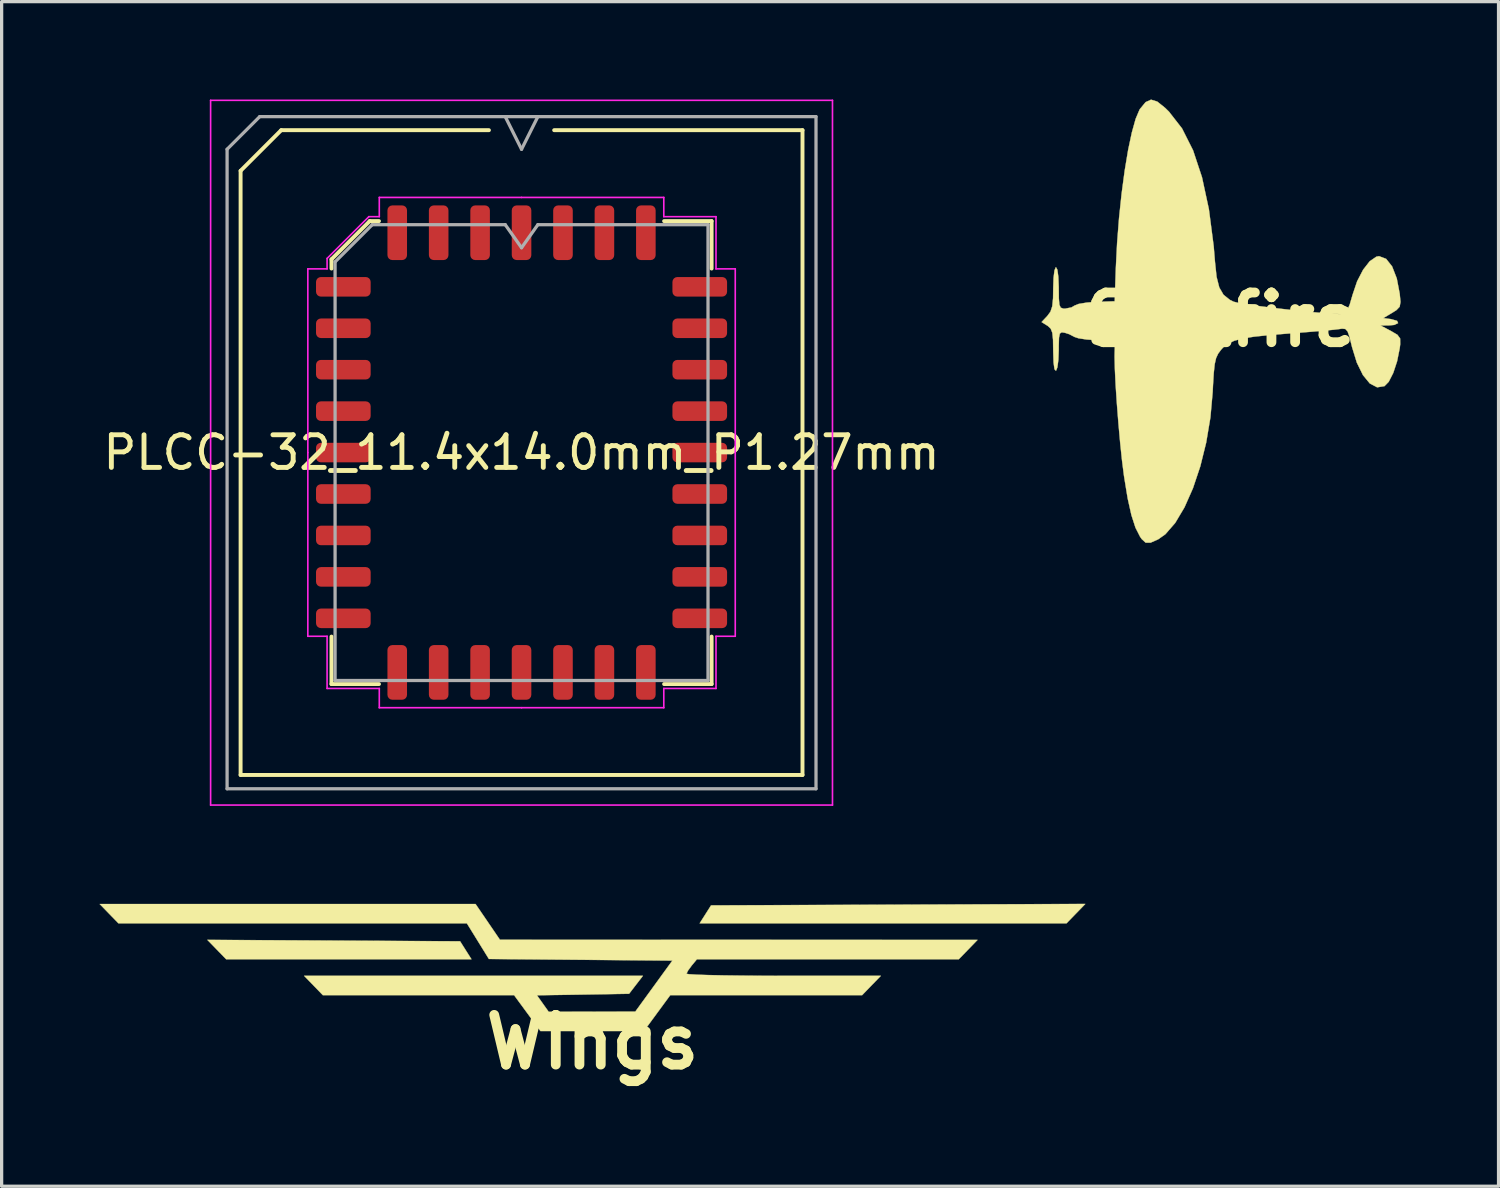
<source format=kicad_pcb>
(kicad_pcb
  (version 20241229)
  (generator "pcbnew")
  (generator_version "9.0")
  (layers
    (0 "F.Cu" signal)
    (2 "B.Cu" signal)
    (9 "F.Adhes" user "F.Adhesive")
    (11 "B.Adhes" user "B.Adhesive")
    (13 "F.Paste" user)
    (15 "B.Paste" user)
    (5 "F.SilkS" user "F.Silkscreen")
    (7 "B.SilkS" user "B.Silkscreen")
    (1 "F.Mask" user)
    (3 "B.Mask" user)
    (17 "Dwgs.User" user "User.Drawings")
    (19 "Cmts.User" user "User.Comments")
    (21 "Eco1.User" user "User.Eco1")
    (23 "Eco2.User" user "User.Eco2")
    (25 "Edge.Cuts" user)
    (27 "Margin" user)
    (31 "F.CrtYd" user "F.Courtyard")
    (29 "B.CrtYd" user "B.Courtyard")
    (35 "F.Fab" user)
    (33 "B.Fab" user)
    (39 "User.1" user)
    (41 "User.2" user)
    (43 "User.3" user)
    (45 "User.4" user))
  (footprint "PLCC-32_11.4x14.0mm_P1.27mm"
    (layer "F.Cu")
    (at 12.935 10.821)
    (property "Reference" "PLCC-32_11.4x14.0mm_P1.27mm" (at 0 0 0) (layer "F.SilkS") (effects (font (size 1 1) (thickness 0.15))))
    (attr smd)
    (fp_line (start -8.611 -8.636) (end -8.611 9.881) (stroke (width 0.12) (type solid)) (layer "F.SilkS"))
    (fp_line (start -8.611 9.881) (end 8.611 9.881) (stroke (width 0.12) (type solid)) (layer "F.SilkS"))
    (fp_line (start -7.366 -9.881) (end -8.611 -8.636) (stroke (width 0.12) (type solid)) (layer "F.SilkS"))
    (fp_line (start -5.825 -5.923) (end -5.825 -5.64) (stroke (width 0.12) (type solid)) (layer "F.SilkS"))
    (fp_line (start -5.825 7.095) (end -5.825 5.64) (stroke (width 0.12) (type solid)) (layer "F.SilkS"))
    (fp_line (start -4.653 -7.095) (end -5.825 -5.923) (stroke (width 0.12) (type solid)) (layer "F.SilkS"))
    (fp_line (start -4.37 -7.095) (end -4.653 -7.095) (stroke (width 0.12) (type solid)) (layer "F.SilkS"))
    (fp_line (start -4.37 7.095) (end -5.825 7.095) (stroke (width 0.12) (type solid)) (layer "F.SilkS"))
    (fp_line (start -1 -9.881) (end -7.366 -9.881) (stroke (width 0.12) (type solid)) (layer "F.SilkS"))
    (fp_line (start 4.37 -7.095) (end 5.825 -7.095) (stroke (width 0.12) (type solid)) (layer "F.SilkS"))
    (fp_line (start 4.37 7.095) (end 5.825 7.095) (stroke (width 0.12) (type solid)) (layer "F.SilkS"))
    (fp_line (start 5.825 -7.095) (end 5.825 -5.64) (stroke (width 0.12) (type solid)) (layer "F.SilkS"))
    (fp_line (start 5.825 7.095) (end 5.825 5.64) (stroke (width 0.12) (type solid)) (layer "F.SilkS"))
    (fp_line (start 8.611 -9.881) (end 1 -9.881) (stroke (width 0.12) (type solid)) (layer "F.SilkS"))
    (fp_line (start 8.611 9.881) (end 8.611 -9.881) (stroke (width 0.12) (type solid)) (layer "F.SilkS"))
    (fp_line (start -9.53 -10.796) (end -9.53 10.804) (stroke (width 0.05) (type solid)) (layer "F.CrtYd"))
    (fp_line (start -9.53 10.804) (end 9.53 10.804) (stroke (width 0.05) (type solid)) (layer "F.CrtYd"))
    (fp_line (start -6.55 -5.63) (end -6.55 0) (stroke (width 0.05) (type solid)) (layer "F.CrtYd"))
    (fp_line (start -6.55 5.63) (end -6.55 0) (stroke (width 0.05) (type solid)) (layer "F.CrtYd"))
    (fp_line (start -5.96 -5.95) (end -5.96 -5.63) (stroke (width 0.05) (type solid)) (layer "F.CrtYd"))
    (fp_line (start -5.96 -5.63) (end -6.55 -5.63) (stroke (width 0.05) (type solid)) (layer "F.CrtYd"))
    (fp_line (start -5.96 5.63) (end -6.55 5.63) (stroke (width 0.05) (type solid)) (layer "F.CrtYd"))
    (fp_line (start -5.96 7.23) (end -5.96 5.63) (stroke (width 0.05) (type solid)) (layer "F.CrtYd"))
    (fp_line (start -4.68 -7.23) (end -5.96 -5.95) (stroke (width 0.05) (type solid)) (layer "F.CrtYd"))
    (fp_line (start -4.36 -7.82) (end -4.36 -7.23) (stroke (width 0.05) (type solid)) (layer "F.CrtYd"))
    (fp_line (start -4.36 -7.23) (end -4.68 -7.23) (stroke (width 0.05) (type solid)) (layer "F.CrtYd"))
    (fp_line (start -4.36 7.23) (end -5.96 7.23) (stroke (width 0.05) (type solid)) (layer "F.CrtYd"))
    (fp_line (start -4.36 7.82) (end -4.36 7.23) (stroke (width 0.05) (type solid)) (layer "F.CrtYd"))
    (fp_line (start 0 -7.82) (end -4.36 -7.82) (stroke (width 0.05) (type solid)) (layer "F.CrtYd"))
    (fp_line (start 0 -7.82) (end 4.36 -7.82) (stroke (width 0.05) (type solid)) (layer "F.CrtYd"))
    (fp_line (start 0 7.82) (end -4.36 7.82) (stroke (width 0.05) (type solid)) (layer "F.CrtYd"))
    (fp_line (start 0 7.82) (end 4.36 7.82) (stroke (width 0.05) (type solid)) (layer "F.CrtYd"))
    (fp_line (start 4.36 -7.82) (end 4.36 -7.23) (stroke (width 0.05) (type solid)) (layer "F.CrtYd"))
    (fp_line (start 4.36 -7.23) (end 5.96 -7.23) (stroke (width 0.05) (type solid)) (layer "F.CrtYd"))
    (fp_line (start 4.36 7.23) (end 5.96 7.23) (stroke (width 0.05) (type solid)) (layer "F.CrtYd"))
    (fp_line (start 4.36 7.82) (end 4.36 7.23) (stroke (width 0.05) (type solid)) (layer "F.CrtYd"))
    (fp_line (start 5.96 -7.23) (end 5.96 -5.63) (stroke (width 0.05) (type solid)) (layer "F.CrtYd"))
    (fp_line (start 5.96 -5.63) (end 6.55 -5.63) (stroke (width 0.05) (type solid)) (layer "F.CrtYd"))
    (fp_line (start 5.96 5.63) (end 6.55 5.63) (stroke (width 0.05) (type solid)) (layer "F.CrtYd"))
    (fp_line (start 5.96 7.23) (end 5.96 5.63) (stroke (width 0.05) (type solid)) (layer "F.CrtYd"))
    (fp_line (start 6.55 -5.63) (end 6.55 0) (stroke (width 0.05) (type solid)) (layer "F.CrtYd"))
    (fp_line (start 6.55 5.63) (end 6.55 0) (stroke (width 0.05) (type solid)) (layer "F.CrtYd"))
    (fp_line (start 9.53 -10.796) (end -9.53 -10.796) (stroke (width 0.05) (type solid)) (layer "F.CrtYd"))
    (fp_line (start 9.53 10.804) (end 9.53 -10.796) (stroke (width 0.05) (type solid)) (layer "F.CrtYd"))
    (fp_line (start -9.025 -9.296) (end -9.025 10.304) (stroke (width 0.1) (type solid)) (layer "F.Fab"))
    (fp_line (start -9.025 10.304) (end 9.025 10.304) (stroke (width 0.1) (type solid)) (layer "F.Fab"))
    (fp_line (start -8.025 -10.296) (end -9.025 -9.296) (stroke (width 0.1) (type solid)) (layer "F.Fab"))
    (fp_line (start -5.715 -5.845) (end -4.575 -6.985) (stroke (width 0.1) (type solid)) (layer "F.Fab"))
    (fp_line (start -5.715 6.985) (end -5.715 -5.845) (stroke (width 0.1) (type solid)) (layer "F.Fab"))
    (fp_line (start -4.575 -6.985) (end -0.5 -6.985) (stroke (width 0.1) (type solid)) (layer "F.Fab"))
    (fp_line (start -0.5 -10.296) (end 0 -9.296) (stroke (width 0.1) (type solid)) (layer "F.Fab"))
    (fp_line (start -0.5 -6.985) (end 0 -6.278) (stroke (width 0.1) (type solid)) (layer "F.Fab"))
    (fp_line (start 0 -9.296) (end 0.5 -10.296) (stroke (width 0.1) (type solid)) (layer "F.Fab"))
    (fp_line (start 0 -6.278) (end 0.5 -6.985) (stroke (width 0.1) (type solid)) (layer "F.Fab"))
    (fp_line (start 0.5 -6.985) (end 5.715 -6.985) (stroke (width 0.1) (type solid)) (layer "F.Fab"))
    (fp_line (start 5.715 -6.985) (end 5.715 6.985) (stroke (width 0.1) (type solid)) (layer "F.Fab"))
    (fp_line (start 5.715 6.985) (end -5.715 6.985) (stroke (width 0.1) (type solid)) (layer "F.Fab"))
    (fp_line (start 9.025 -10.296) (end -8.025 -10.296) (stroke (width 0.1) (type solid)) (layer "F.Fab"))
    (fp_line (start 9.025 10.304) (end 9.025 -10.296) (stroke (width 0.1) (type solid)) (layer "F.Fab"))
    (pad "1" smd roundrect (at 0 -6.838) (size 0.6 1.675) (drill (offset 0 0.1)) (layers "F.Cu" "F.Mask" "F.Paste") (roundrect_rratio 0.25))
    (pad "2" smd roundrect (at -1.27 -6.838) (size 0.6 1.675) (drill (offset 0 0.1)) (layers "F.Cu" "F.Mask" "F.Paste") (roundrect_rratio 0.25))
    (pad "3" smd roundrect (at -2.54 -6.838) (size 0.6 1.675) (drill (offset 0 0.1)) (layers "F.Cu" "F.Mask" "F.Paste") (roundrect_rratio 0.25))
    (pad "4" smd roundrect (at -3.81 -6.838) (size 0.6 1.675) (drill (offset 0 0.1)) (layers "F.Cu" "F.Mask" "F.Paste") (roundrect_rratio 0.25))
    (pad "5" smd roundrect (at -5.562 -5.08) (size 1.675 0.6) (drill (offset 0.1 0)) (layers "F.Cu" "F.Mask" "F.Paste") (roundrect_rratio 0.25))
    (pad "6" smd roundrect (at -5.562 -3.81) (size 1.675 0.6) (drill (offset 0.1 0)) (layers "F.Cu" "F.Mask" "F.Paste") (roundrect_rratio 0.25))
    (pad "7" smd roundrect (at -5.562 -2.54) (size 1.675 0.6) (drill (offset 0.1 0)) (layers "F.Cu" "F.Mask" "F.Paste") (roundrect_rratio 0.25))
    (pad "8" smd roundrect (at -5.562 -1.27) (size 1.675 0.6) (drill (offset 0.1 0)) (layers "F.Cu" "F.Mask" "F.Paste") (roundrect_rratio 0.25))
    (pad "9" smd roundrect (at -5.562 0) (size 1.675 0.6) (drill (offset 0.1 0)) (layers "F.Cu" "F.Mask" "F.Paste") (roundrect_rratio 0.25))
    (pad "10" smd roundrect (at -5.562 1.27) (size 1.675 0.6) (drill (offset 0.1 0)) (layers "F.Cu" "F.Mask" "F.Paste") (roundrect_rratio 0.25))
    (pad "11" smd roundrect (at -5.562 2.54) (size 1.675 0.6) (drill (offset 0.1 0)) (layers "F.Cu" "F.Mask" "F.Paste") (roundrect_rratio 0.25))
    (pad "12" smd roundrect (at -5.562 3.81) (size 1.675 0.6) (drill (offset 0.1 0)) (layers "F.Cu" "F.Mask" "F.Paste") (roundrect_rratio 0.25))
    (pad "13" smd roundrect (at -5.562 5.08) (size 1.675 0.6) (drill (offset 0.1 0)) (layers "F.Cu" "F.Mask" "F.Paste") (roundrect_rratio 0.25))
    (pad "14" smd roundrect (at -3.81 6.838) (size 0.6 1.675) (drill (offset 0 -0.1)) (layers "F.Cu" "F.Mask" "F.Paste") (roundrect_rratio 0.25))
    (pad "15" smd roundrect (at -2.54 6.838) (size 0.6 1.675) (drill (offset 0 -0.1)) (layers "F.Cu" "F.Mask" "F.Paste") (roundrect_rratio 0.25))
    (pad "16" smd roundrect (at -1.27 6.838) (size 0.6 1.675) (drill (offset 0 -0.1)) (layers "F.Cu" "F.Mask" "F.Paste") (roundrect_rratio 0.25))
    (pad "17" smd roundrect (at 0 6.838) (size 0.6 1.675) (drill (offset 0 -0.1)) (layers "F.Cu" "F.Mask" "F.Paste") (roundrect_rratio 0.25))
    (pad "18" smd roundrect (at 1.27 6.838) (size 0.6 1.675) (drill (offset 0 -0.1)) (layers "F.Cu" "F.Mask" "F.Paste") (roundrect_rratio 0.25))
    (pad "19" smd roundrect (at 2.54 6.838) (size 0.6 1.675) (drill (offset 0 -0.1)) (layers "F.Cu" "F.Mask" "F.Paste") (roundrect_rratio 0.25))
    (pad "20" smd roundrect (at 3.81 6.838) (size 0.6 1.675) (drill (offset 0 -0.1)) (layers "F.Cu" "F.Mask" "F.Paste") (roundrect_rratio 0.25))
    (pad "21" smd roundrect (at 5.562 5.08) (size 1.675 0.6) (drill (offset -0.1 0)) (layers "F.Cu" "F.Mask" "F.Paste") (roundrect_rratio 0.25))
    (pad "22" smd roundrect (at 5.562 3.81) (size 1.675 0.6) (drill (offset -0.1 0)) (layers "F.Cu" "F.Mask" "F.Paste") (roundrect_rratio 0.25))
    (pad "23" smd roundrect (at 5.562 2.54) (size 1.675 0.6) (drill (offset -0.1 0)) (layers "F.Cu" "F.Mask" "F.Paste") (roundrect_rratio 0.25))
    (pad "24" smd roundrect (at 5.562 1.27) (size 1.675 0.6) (drill (offset -0.1 0)) (layers "F.Cu" "F.Mask" "F.Paste") (roundrect_rratio 0.25))
    (pad "25" smd roundrect (at 5.562 0) (size 1.675 0.6) (drill (offset -0.1 0)) (layers "F.Cu" "F.Mask" "F.Paste") (roundrect_rratio 0.25))
    (pad "26" smd roundrect (at 5.562 -1.27) (size 1.675 0.6) (drill (offset -0.1 0)) (layers "F.Cu" "F.Mask" "F.Paste") (roundrect_rratio 0.25))
    (pad "27" smd roundrect (at 5.562 -2.54) (size 1.675 0.6) (drill (offset -0.1 0)) (layers "F.Cu" "F.Mask" "F.Paste") (roundrect_rratio 0.25))
    (pad "28" smd roundrect (at 5.562 -3.81) (size 1.675 0.6) (drill (offset -0.1 0)) (layers "F.Cu" "F.Mask" "F.Paste") (roundrect_rratio 0.25))
    (pad "29" smd roundrect (at 5.562 -5.08) (size 1.675 0.6) (drill (offset -0.1 0)) (layers "F.Cu" "F.Mask" "F.Paste") (roundrect_rratio 0.25))
    (pad "30" smd roundrect (at 3.81 -6.838) (size 0.6 1.675) (drill (offset 0 0.1)) (layers "F.Cu" "F.Mask" "F.Paste") (roundrect_rratio 0.25))
    (pad "31" smd roundrect (at 2.54 -6.838) (size 0.6 1.675) (drill (offset 0 0.1)) (layers "F.Cu" "F.Mask" "F.Paste") (roundrect_rratio 0.25))
    (pad "32" smd roundrect (at 1.27 -6.838) (size 0.6 1.675) (drill (offset 0 0.1)) (layers "F.Cu" "F.Mask" "F.Paste") (roundrect_rratio 0.25)))
  (footprint "Wings"
    (layer "F.Cu")
    (at 15.109 28.89)
    (property "Reference" "Wings" (at 0 0 0) (layer "F.SilkS") (effects (font (size 1.524 1.524) (thickness 0.3))))
    (attr through_hole)
    (fp_poly (pts (xy -7.93 -3.112) (xy -4.057 -3.09) (xy -3.883 -2.815) (xy -3.709 -2.54) (xy -11.227 -2.54) (xy -11.516 -2.837) (xy -11.804 -3.134) (xy -7.93 -3.112)) (stroke (width 0.01) (type solid)) (fill yes) (layer "F.SilkS"))
    (fp_poly (pts (xy 14.817 -3.938) (xy 14.529 -3.641) (xy 3.285 -3.641) (xy 3.46 -3.916) (xy 3.634 -4.191) (xy 9.369 -4.213) (xy 15.105 -4.235) (xy 14.817 -3.938)) (stroke (width 0.01) (type solid)) (fill yes) (layer "F.SilkS"))
    (fp_poly (pts (xy -2.836 -3.137) (xy 4.483 -3.135) (xy 11.802 -3.133) (xy 11.515 -2.836) (xy 11.227 -2.54) (xy 3.202 -2.54) (xy 3.043 -2.349) (xy 2.928 -2.192) (xy 2.881 -2.095) (xy 2.962 -2.081) (xy 3.193 -2.067) (xy 3.556 -2.055) (xy 4.03 -2.045) (xy 4.597 -2.038) (xy 5.238 -2.033) (xy 5.859 -2.032) (xy 8.839 -2.032) (xy 8.551 -1.736) (xy 8.264 -1.439) (xy 2.384 -1.439) (xy 1.98 -0.889) (xy 1.576 -0.339) (xy -1.595 -0.339) (xy -1.999 -0.889) (xy -2.403 -1.439) (xy -8.264 -1.439) (xy -8.551 -1.736) (xy -8.839 -2.032) (xy 1.546 -2.032) (xy 1.122 -1.482) (xy -1.702 -1.435) (xy -1.523 -1.183) (xy -1.343 -0.931) (xy 1.312 -0.935) (xy 1.88 -1.716) (xy 2.448 -2.498) (xy -0.363 -2.523) (xy -3.175 -2.548) (xy -3.512 -3.094) (xy -3.85 -3.641) (xy -14.529 -3.641) (xy -14.817 -3.937) (xy -15.104 -4.233) (xy -3.584 -4.233) (xy -2.836 -3.137)) (stroke (width 0.01) (type solid)) (fill yes) (layer "F.SilkS")))
  (footprint "Spitfire"
    (layer "F.Cu")
    (at 34.395 6.749)
    (property "Reference" "Spitfire" (at 0 0 0) (layer "F.SilkS") (effects (font (size 1.524 1.524) (thickness 0.3))))
    (attr through_hole)
    (fp_poly (pts (xy -1.975 -6.685) (xy -1.73 -6.488) (xy -1.618 -6.378) (xy -1.216 -5.862) (xy -0.878 -5.19) (xy -0.604 -4.364) (xy -0.393 -3.384) (xy -0.246 -2.253) (xy -0.207 -1.778) (xy -0.158 -1.315) (xy -0.075 -0.988) (xy 0.055 -0.764) (xy 0.249 -0.609) (xy 0.364 -0.552) (xy 0.513 -0.515) (xy 0.797 -0.467) (xy 1.181 -0.413) (xy 1.632 -0.356) (xy 2.116 -0.301) (xy 2.598 -0.25) (xy 3.045 -0.209) (xy 3.423 -0.18) (xy 3.697 -0.169) (xy 3.728 -0.169) (xy 3.822 -0.24) (xy 3.922 -0.461) (xy 4.012 -0.769) (xy 4.151 -1.18) (xy 4.333 -1.531) (xy 4.537 -1.793) (xy 4.74 -1.932) (xy 4.822 -1.947) (xy 5.038 -1.866) (xy 5.222 -1.634) (xy 5.365 -1.266) (xy 5.455 -0.797) (xy 5.479 -0.545) (xy 5.454 -0.398) (xy 5.355 -0.294) (xy 5.23 -0.215) (xy 4.953 -0.049) (xy 5.186 -0.019) (xy 5.374 0.034) (xy 5.406 0.104) (xy 5.29 0.159) (xy 5.144 0.173) (xy 4.868 0.177) (xy 5.186 0.345) (xy 5.385 0.462) (xy 5.468 0.575) (xy 5.47 0.755) (xy 5.456 0.87) (xy 5.375 1.274) (xy 5.257 1.632) (xy 5.119 1.902) (xy 4.988 2.036) (xy 4.764 2.072) (xy 4.539 1.954) (xy 4.328 1.697) (xy 4.141 1.316) (xy 3.995 0.843) (xy 3.919 0.535) (xy 3.858 0.36) (xy 3.789 0.284) (xy 3.689 0.274) (xy 3.598 0.287) (xy 3.425 0.308) (xy 3.12 0.337) (xy 2.721 0.371) (xy 2.266 0.407) (xy 2.074 0.421) (xy 1.459 0.471) (xy 0.989 0.52) (xy 0.637 0.577) (xy 0.38 0.646) (xy 0.193 0.733) (xy 0.049 0.845) (xy -0.023 0.924) (xy -0.111 1.043) (xy -0.173 1.177) (xy -0.215 1.361) (xy -0.244 1.63) (xy -0.268 2.02) (xy -0.277 2.214) (xy -0.347 2.996) (xy -0.476 3.764) (xy -0.657 4.494) (xy -0.881 5.163) (xy -1.14 5.748) (xy -1.425 6.227) (xy -1.727 6.575) (xy -1.948 6.731) (xy -2.181 6.834) (xy -2.331 6.834) (xy -2.453 6.722) (xy -2.503 6.65) (xy -2.644 6.373) (xy -2.768 5.989) (xy -2.883 5.476) (xy -2.991 4.816) (xy -2.998 4.769) (xy -3.056 4.314) (xy -3.113 3.77) (xy -3.166 3.178) (xy -3.213 2.578) (xy -3.251 2.01) (xy -3.275 1.514) (xy -3.284 1.131) (xy -3.282 1.022) (xy -3.271 0.647) (xy -3.84 0.627) (xy -4.146 0.606) (xy -4.389 0.569) (xy -4.512 0.528) (xy -4.675 0.443) (xy -4.805 0.401) (xy -4.905 0.386) (xy -4.962 0.425) (xy -4.988 0.553) (xy -4.995 0.803) (xy -4.995 0.934) (xy -5.007 1.232) (xy -5.037 1.459) (xy -5.08 1.566) (xy -5.08 1.566) (xy -5.126 1.517) (xy -5.154 1.312) (xy -5.165 0.965) (xy -5.165 0.957) (xy -5.17 0.615) (xy -5.192 0.401) (xy -5.241 0.275) (xy -5.326 0.194) (xy -5.343 0.183) (xy -5.521 0.072) (xy -5.343 -0.118) (xy -5.249 -0.246) (xy -5.194 -0.412) (xy -5.169 -0.662) (xy -5.165 -0.958) (xy -5.154 -1.284) (xy -5.126 -1.511) (xy -5.085 -1.608) (xy -5.08 -1.609) (xy -5.037 -1.53) (xy -5.008 -1.317) (xy -4.995 -1.003) (xy -4.995 -0.974) (xy -4.992 -0.65) (xy -4.976 -0.461) (xy -4.935 -0.369) (xy -4.858 -0.341) (xy -4.801 -0.339) (xy -4.605 -0.377) (xy -4.511 -0.433) (xy -4.383 -0.484) (xy -4.139 -0.525) (xy -3.848 -0.547) (xy -3.28 -0.565) (xy -3.246 -1.574) (xy -3.207 -2.346) (xy -3.147 -3.118) (xy -3.068 -3.868) (xy -2.974 -4.57) (xy -2.869 -5.201) (xy -2.755 -5.738) (xy -2.638 -6.157) (xy -2.521 -6.434) (xy -2.503 -6.462) (xy -2.332 -6.669) (xy -2.166 -6.744) (xy -1.975 -6.685)) (stroke (width 0.01) (type solid)) (fill yes) (layer "F.SilkS")))
  (gr_rect
    (start -3 -3)
    (end 42.879 33.308)
    (stroke (width 0.1) (type default))
    (fill no)
    (layer "Edge.Cuts")))
</source>
